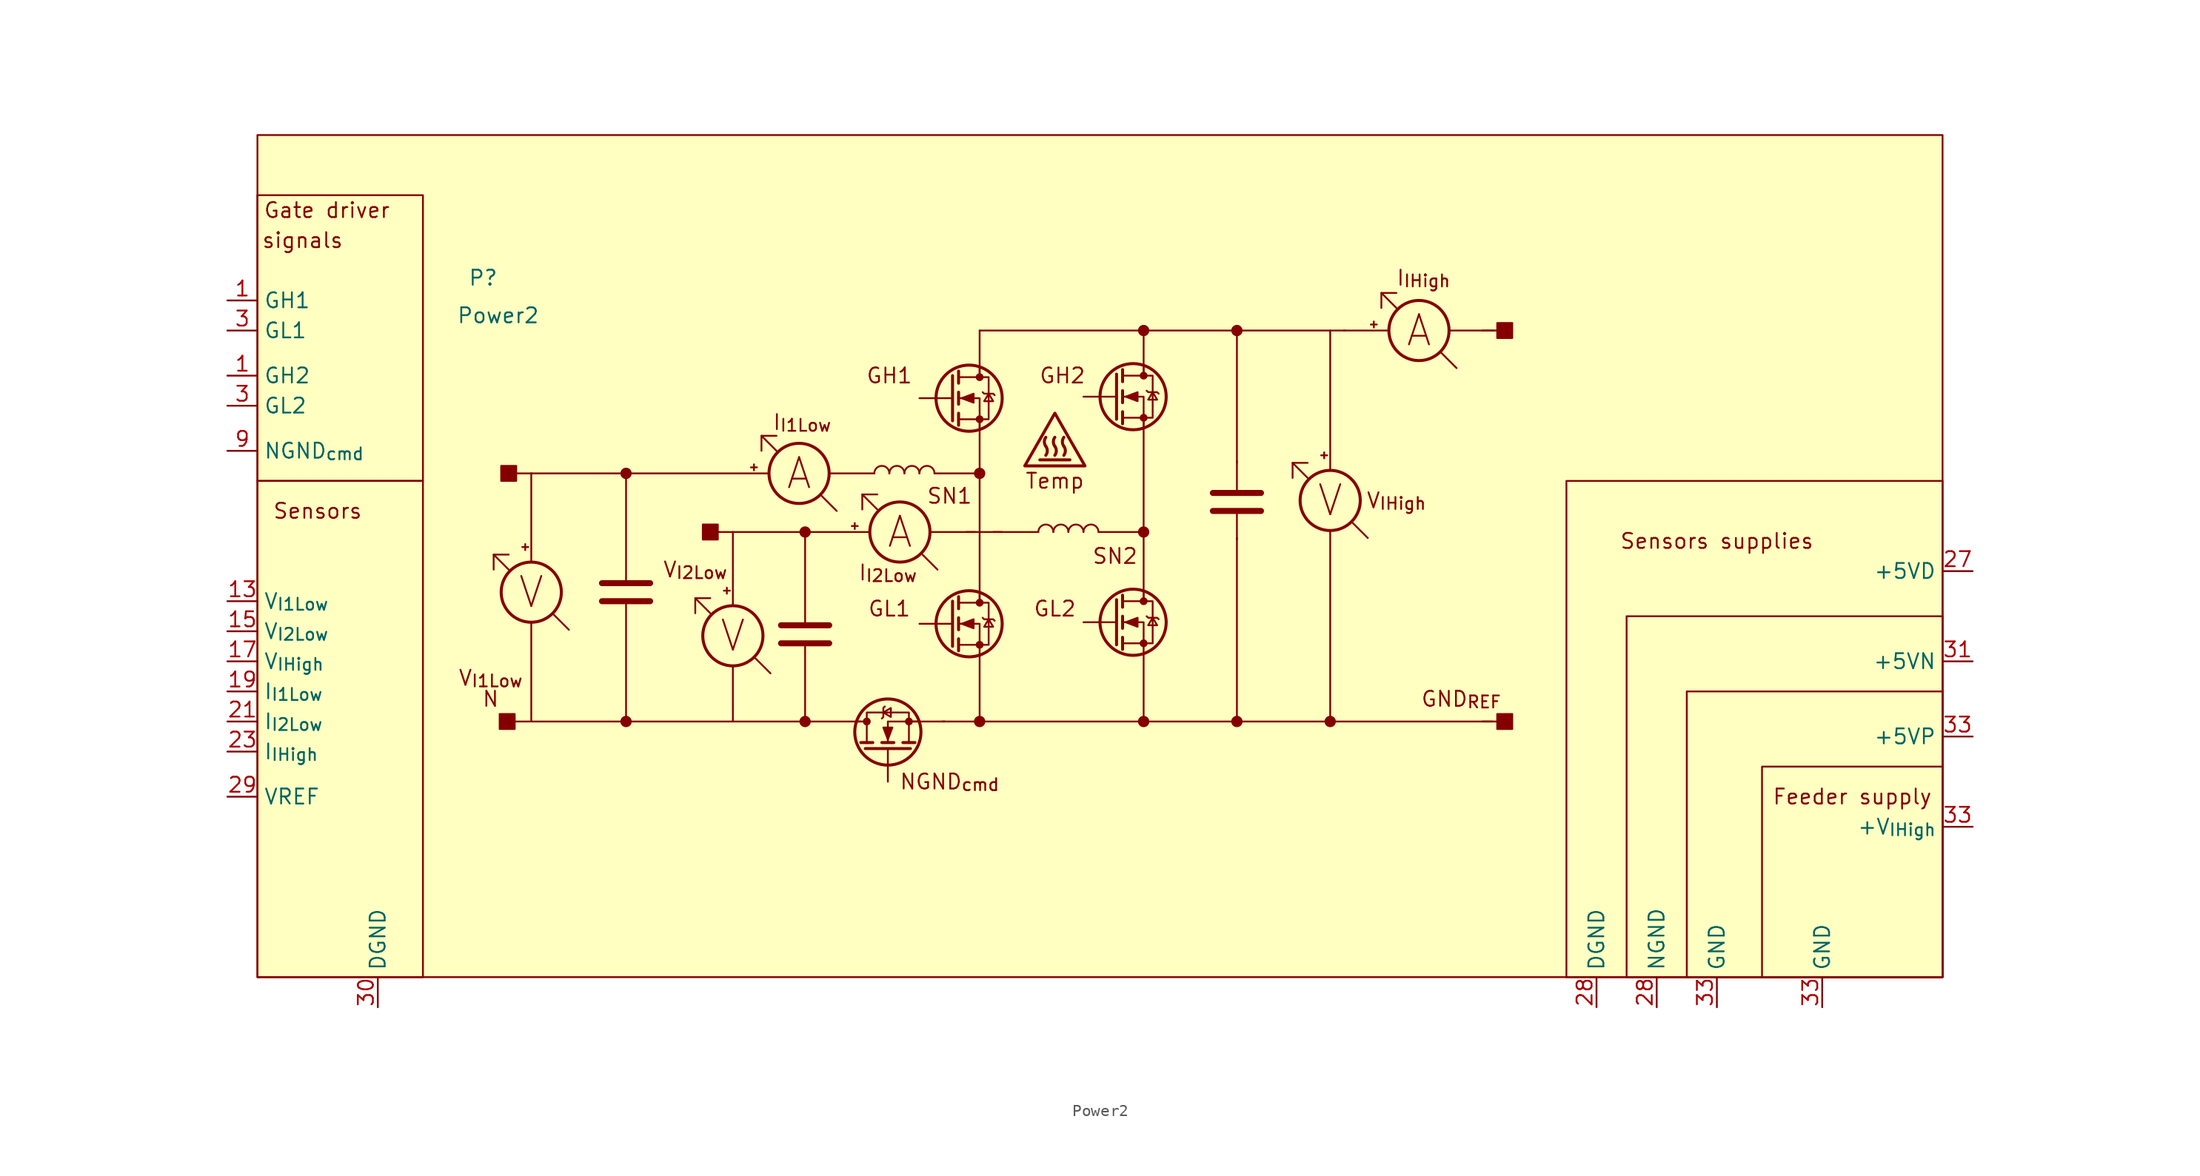
<source format=kicad_sym>
(kicad_symbol_lib
  (version 20211014)
  (generator kicad_symbol_editor)
  (symbol "Power2"
    (property "Reference" "P"
      (at 2.54 10.795 0)
      (effects (font (size 1.27 1.27))))
    (property "Value" "Power2"
      (at 3.81 7.62 0)
      (effects (font (size 1.27 1.27))))
    (symbol "Power2_0_0"
      (rectangle (start -16.51 -6.35) (end -2.54 -48.26) (stroke (width 0) (type default) (color 0 0 0 0)) (fill (type none)))
      (rectangle (start -16.51 17.78) (end -2.54 -6.35) (stroke (width 0) (type default) (color 0 0 0 0)) (fill (type none)))
      (polyline (pts (xy 4.699 -13.843) (xy 3.429 -12.573)) (stroke (width 0) (type default) (color 0 0 0 0)) (fill (type none)))
      (polyline (pts (xy 6.477 -26.67) (xy 5.207 -26.67)) (stroke (width 0) (type default) (color 0 0 0 0)) (fill (type none)))
      (polyline (pts (xy 6.604 -5.715) (xy 5.334 -5.715)) (stroke (width 0) (type default) (color 0 0 0 0)) (fill (type none)))
      (polyline (pts (xy 9.779 -18.923) (xy 8.509 -17.653)) (stroke (width 0) (type default) (color 0 0 0 0)) (fill (type none)))
      (polyline (pts (xy 21.717 -17.526) (xy 20.447 -16.256)) (stroke (width 0) (type default) (color 0 0 0 0)) (fill (type none)))
      (polyline (pts (xy 23.622 -10.668) (xy 22.352 -10.668)) (stroke (width 0) (type default) (color 0 0 0 0)) (fill (type none)))
      (polyline (pts (xy 26.797 -22.606) (xy 25.527 -21.336)) (stroke (width 0) (type default) (color 0 0 0 0)) (fill (type none)))
      (polyline (pts (xy 27.305 -3.81) (xy 26.035 -2.54)) (stroke (width 0) (type default) (color 0 0 0 0)) (fill (type none)))
      (polyline (pts (xy 32.385 -8.89) (xy 31.115 -7.62)) (stroke (width 0) (type default) (color 0 0 0 0)) (fill (type none)))
      (polyline (pts (xy 35.814 -8.763) (xy 34.544 -7.493)) (stroke (width 0) (type default) (color 0 0 0 0)) (fill (type none)))
      (polyline (pts (xy 40.894 -13.843) (xy 39.624 -12.573)) (stroke (width 0) (type default) (color 0 0 0 0)) (fill (type none)))
      (polyline (pts (xy 72.136 -6.096) (xy 70.866 -4.826)) (stroke (width 0) (type default) (color 0 0 0 0)) (fill (type none)))
      (polyline (pts (xy 77.216 -11.176) (xy 75.946 -9.906)) (stroke (width 0) (type default) (color 0 0 0 0)) (fill (type none)))
      (polyline (pts (xy 79.629 8.255) (xy 78.359 9.525)) (stroke (width 0) (type default) (color 0 0 0 0)) (fill (type none)))
      (polyline (pts (xy 84.709 3.175) (xy 83.439 4.445)) (stroke (width 0) (type default) (color 0 0 0 0)) (fill (type none)))
      (polyline (pts (xy 86.868 -26.67) (xy 88.138 -26.67)) (stroke (width 0) (type default) (color 0 0 0 0)) (fill (type none)))
      (polyline (pts (xy 86.868 6.35) (xy 88.138 6.35)) (stroke (width 0) (type default) (color 0 0 0 0)) (fill (type none)))
      (polyline (pts (xy 4.699 -12.573) (xy 3.429 -12.573) (xy 3.429 -13.843)) (stroke (width 0) (type default) (color 0 0 0 0)) (fill (type none)))
      (polyline (pts (xy 21.717 -16.256) (xy 20.447 -16.256) (xy 20.447 -17.526)) (stroke (width 0) (type default) (color 0 0 0 0)) (fill (type none)))
      (polyline (pts (xy 26.035 -3.81) (xy 26.035 -2.54) (xy 27.305 -2.54)) (stroke (width 0) (type default) (color 0 0 0 0)) (fill (type none)))
      (polyline (pts (xy 34.544 -8.763) (xy 34.544 -7.493) (xy 35.814 -7.493)) (stroke (width 0) (type default) (color 0 0 0 0)) (fill (type none)))
      (polyline (pts (xy 72.136 -4.826) (xy 70.866 -4.826) (xy 70.866 -6.096)) (stroke (width 0) (type default) (color 0 0 0 0)) (fill (type none)))
      (polyline (pts (xy 78.359 8.255) (xy 78.359 9.525) (xy 79.629 9.525)) (stroke (width 0) (type default) (color 0 0 0 0)) (fill (type none)))
      (rectangle (start 3.937 -26.035) (end 5.207 -27.305) (stroke (width 0) (type default) (color 0 0 0 0)) (fill (type outline)))
      (rectangle (start 4.064 -5.08) (end 5.334 -6.35) (stroke (width 0) (type default) (color 0 0 0 0)) (fill (type outline)))
      (rectangle (start 21.082 -10.033) (end 22.352 -11.303) (stroke (width 0) (type default) (color 0 0 0 0)) (fill (type outline)))
      (rectangle (start 89.408 -27.305) (end 88.138 -26.035) (stroke (width 0) (type default) (color 0 0 0 0)) (fill (type outline)))
      (rectangle (start 89.408 5.715) (end 88.138 6.985) (stroke (width 0) (type default) (color 0 0 0 0)) (fill (type outline)))
      (rectangle (start 110.49 -30.48) (end 125.73 -48.26) (stroke (width 0) (type default) (color 0 0 0 0)) (fill (type none)))
      (text "A" (at 29.21 -5.715 0) (effects (font (size 2.54 2.54))))
      (text "A" (at 37.719 -10.668 0) (effects (font (size 2.54 2.54))))
      (text "A" (at 81.534 6.35 0) (effects (font (size 2.54 2.54))))
      (text "Feeder supply" (at 118.11 -33.02 0) (effects (font (size 1.27 1.27))))
      (text "Gate driver " (at -10.16 16.51 0) (effects (font (size 1.27 1.27))))
      (text "GH1" (at 36.83 2.54 0) (effects (font (size 1.27 1.27))))
      (text "GH2" (at 51.435 2.54 0) (effects (font (size 1.27 1.27))))
      (text "GL1" (at 36.83 -17.145 0) (effects (font (size 1.27 1.27))))
      (text "GL2" (at 50.8 -17.145 0) (effects (font (size 1.27 1.27))))
      (text "GND_{REF}" (at 85.09 -24.765 0) (effects (font (size 1.27 1.27))))
      (text "I_{I1Low}" (at 29.464 -1.397 0) (effects (font (size 1.27 1.27))))
      (text "I_{I2Low}" (at 36.703 -14.097 0) (effects (font (size 1.27 1.27))))
      (text "I_{IHigh}" (at 81.915 10.795 0) (effects (font (size 1.27 1.27))))
      (text "N" (at 3.175 -24.765 0) (effects (font (size 1.27 1.27))))
      (text "NGND_{cmd}" (at 41.91 -31.75 0) (effects (font (size 1.27 1.27))))
      (text "Sensors" (at -11.43 -8.89 0) (effects (font (size 1.27 1.27))))
      (text "Sensors supplies" (at 106.68 -11.43 0) (effects (font (size 1.27 1.27))))
      (text "signals" (at -12.7 13.97 0) (effects (font (size 1.27 1.27))))
      (text "SN1" (at 41.91 -7.62 0) (effects (font (size 1.27 1.27))))
      (text "SN2" (at 55.88 -12.7 0) (effects (font (size 1.27 1.27))))
      (text "Temp" (at 50.8 -6.35 0) (effects (font (size 1.27 1.27))))
      (text "V" (at 6.604 -15.748 0) (effects (font (size 2.54 2.54))))
      (text "V" (at 23.622 -19.431 0) (effects (font (size 2.54 2.54))))
      (text "V" (at 74.041 -8.001 0) (effects (font (size 2.54 2.54))))
      (text "V_{I1Low}" (at 3.175 -22.987 0) (effects (font (size 1.27 1.27))))
      (text "V_{I2Low}" (at 20.447 -13.843 0) (effects (font (size 1.27 1.27))))
      (text "V_{IHigh}" (at 79.629 -8.001 0) (effects (font (size 1.27 1.27)))))
    (symbol "Power2_0_1"
      (rectangle (start -16.51 22.86) (end 125.73 -48.26) (stroke (width 0) (type default) (color 0 0 0 0)) (fill (type background)))
      (polyline (pts (xy 6.096 -11.684) (xy 6.096 -12.192)) (stroke (width 0) (type default) (color 0 0 0 0)) (fill (type none)))
      (polyline (pts (xy 6.35 -11.938) (xy 5.842 -11.938)) (stroke (width 0) (type default) (color 0 0 0 0)) (fill (type none)))
      (polyline (pts (xy 6.604 -18.288) (xy 6.604 -26.67)) (stroke (width 0) (type default) (color 0 0 0 0)) (fill (type none)))
      (polyline (pts (xy 6.604 -13.208) (xy 6.604 -5.715)) (stroke (width 0) (type default) (color 0 0 0 0)) (fill (type none)))
      (polyline (pts (xy 12.573 -16.51) (xy 16.637 -16.51)) (stroke (width 0.508) (type default) (color 0 0 0 0)) (fill (type none)))
      (polyline (pts (xy 12.573 -14.986) (xy 16.637 -14.986)) (stroke (width 0.508) (type default) (color 0 0 0 0)) (fill (type none)))
      (polyline (pts (xy 14.605 -26.67) (xy 14.605 -16.51)) (stroke (width 0) (type default) (color 0 0 0 0)) (fill (type none)))
      (polyline (pts (xy 14.605 -14.732) (xy 14.605 -5.715)) (stroke (width 0) (type default) (color 0 0 0 0)) (fill (type none)))
      (polyline (pts (xy 23.114 -15.367) (xy 23.114 -15.875)) (stroke (width 0) (type default) (color 0 0 0 0)) (fill (type none)))
      (polyline (pts (xy 23.368 -15.621) (xy 22.86 -15.621)) (stroke (width 0) (type default) (color 0 0 0 0)) (fill (type none)))
      (polyline (pts (xy 23.622 -21.971) (xy 23.622 -26.67)) (stroke (width 0) (type default) (color 0 0 0 0)) (fill (type none)))
      (polyline (pts (xy 23.622 -16.891) (xy 23.622 -10.668)) (stroke (width 0) (type default) (color 0 0 0 0)) (fill (type none)))
      (polyline (pts (xy 25.146 -5.207) (xy 25.654 -5.207)) (stroke (width 0) (type default) (color 0 0 0 0)) (fill (type none)))
      (polyline (pts (xy 25.4 -5.461) (xy 25.4 -4.953)) (stroke (width 0) (type default) (color 0 0 0 0)) (fill (type none)))
      (polyline (pts (xy 26.543 -5.715) (xy 6.604 -5.715)) (stroke (width 0) (type default) (color 0 0 0 0)) (fill (type none)))
      (polyline (pts (xy 27.686 -20.066) (xy 31.75 -20.066)) (stroke (width 0.508) (type default) (color 0 0 0 0)) (fill (type none)))
      (polyline (pts (xy 27.686 -18.542) (xy 31.75 -18.542)) (stroke (width 0.508) (type default) (color 0 0 0 0)) (fill (type none)))
      (polyline (pts (xy 29.718 -26.67) (xy 29.718 -20.066)) (stroke (width 0) (type default) (color 0 0 0 0)) (fill (type none)))
      (polyline (pts (xy 29.718 -18.288) (xy 29.718 -10.668)) (stroke (width 0) (type default) (color 0 0 0 0)) (fill (type none)))
      (polyline (pts (xy 31.75 -5.715) (xy 35.56 -5.715)) (stroke (width 0) (type default) (color 0 0 0 0)) (fill (type none)))
      (polyline (pts (xy 33.655 -10.16) (xy 34.163 -10.16)) (stroke (width 0) (type default) (color 0 0 0 0)) (fill (type none)))
      (polyline (pts (xy 33.909 -10.414) (xy 33.909 -9.906)) (stroke (width 0) (type default) (color 0 0 0 0)) (fill (type none)))
      (polyline (pts (xy 34.163 -26.67) (xy 34.925 -26.67)) (stroke (width 0) (type default) (color 0 0 0 0)) (fill (type none)))
      (polyline (pts (xy 34.417 -28.448) (xy 35.433 -28.448)) (stroke (width 0.254) (type default) (color 0 0 0 0)) (fill (type none)))
      (polyline (pts (xy 34.417 -26.67) (xy 6.604 -26.67)) (stroke (width 0) (type default) (color 0 0 0 0)) (fill (type none)))
      (polyline (pts (xy 34.798 -28.956) (xy 38.608 -28.956)) (stroke (width 0.254) (type default) (color 0 0 0 0)) (fill (type none)))
      (polyline (pts (xy 35.179 -10.668) (xy 23.622 -10.668)) (stroke (width 0) (type default) (color 0 0 0 0)) (fill (type none)))
      (polyline (pts (xy 36.195 -28.448) (xy 37.211 -28.448)) (stroke (width 0.254) (type default) (color 0 0 0 0)) (fill (type none)))
      (polyline (pts (xy 36.703 -28.956) (xy 36.703 -31.75)) (stroke (width 0) (type default) (color 0 0 0 0)) (fill (type none)))
      (polyline (pts (xy 37.973 -28.448) (xy 38.989 -28.448)) (stroke (width 0.254) (type default) (color 0 0 0 0)) (fill (type none)))
      (polyline (pts (xy 40.259 -10.668) (xy 44.069 -10.668)) (stroke (width 0) (type default) (color 0 0 0 0)) (fill (type none)))
      (polyline (pts (xy 40.64 -5.715) (xy 44.45 -5.715)) (stroke (width 0) (type default) (color 0 0 0 0)) (fill (type none)))
      (polyline (pts (xy 41.529 -26.67) (xy 38.735 -26.67)) (stroke (width 0) (type default) (color 0 0 0 0)) (fill (type none)))
      (polyline (pts (xy 42.164 -18.415) (xy 39.37 -18.415)) (stroke (width 0) (type default) (color 0 0 0 0)) (fill (type none)))
      (polyline (pts (xy 42.164 -16.51) (xy 42.164 -20.32)) (stroke (width 0.254) (type default) (color 0 0 0 0)) (fill (type none)))
      (polyline (pts (xy 42.164 0.635) (xy 39.37 0.635)) (stroke (width 0) (type default) (color 0 0 0 0)) (fill (type none)))
      (polyline (pts (xy 42.164 2.54) (xy 42.164 -1.27)) (stroke (width 0.254) (type default) (color 0 0 0 0)) (fill (type none)))
      (polyline (pts (xy 42.672 -19.685) (xy 42.672 -20.701)) (stroke (width 0.254) (type default) (color 0 0 0 0)) (fill (type none)))
      (polyline (pts (xy 42.672 -17.907) (xy 42.672 -18.923)) (stroke (width 0.254) (type default) (color 0 0 0 0)) (fill (type none)))
      (polyline (pts (xy 42.672 -16.129) (xy 42.672 -17.145)) (stroke (width 0.254) (type default) (color 0 0 0 0)) (fill (type none)))
      (polyline (pts (xy 42.672 -0.635) (xy 42.672 -1.651)) (stroke (width 0.254) (type default) (color 0 0 0 0)) (fill (type none)))
      (polyline (pts (xy 42.672 1.143) (xy 42.672 0.127)) (stroke (width 0.254) (type default) (color 0 0 0 0)) (fill (type none)))
      (polyline (pts (xy 42.672 2.921) (xy 42.672 1.905)) (stroke (width 0.254) (type default) (color 0 0 0 0)) (fill (type none)))
      (polyline (pts (xy 43.307 -10.668) (xy 46.355 -10.668)) (stroke (width 0) (type default) (color 0 0 0 0)) (fill (type none)))
      (polyline (pts (xy 44.45 -26.67) (xy 87.757 -26.67)) (stroke (width 0) (type default) (color 0 0 0 0)) (fill (type none)))
      (polyline (pts (xy 44.45 -20.955) (xy 44.45 -26.67)) (stroke (width 0) (type default) (color 0 0 0 0)) (fill (type none)))
      (polyline (pts (xy 44.45 -15.875) (xy 44.45 -16.637)) (stroke (width 0) (type default) (color 0 0 0 0)) (fill (type none)))
      (polyline (pts (xy 44.45 -1.143) (xy 44.45 -16.51)) (stroke (width 0) (type default) (color 0 0 0 0)) (fill (type none)))
      (polyline (pts (xy 44.45 2.54) (xy 44.45 6.35)) (stroke (width 0) (type default) (color 0 0 0 0)) (fill (type none)))
      (polyline (pts (xy 44.45 3.175) (xy 44.45 2.413)) (stroke (width 0) (type default) (color 0 0 0 0)) (fill (type none)))
      (polyline (pts (xy 44.577 -26.67) (xy 41.275 -26.67)) (stroke (width 0) (type default) (color 0 0 0 0)) (fill (type none)))
      (polyline (pts (xy 45.593 -10.668) (xy 49.403 -10.668)) (stroke (width 0) (type default) (color 0 0 0 0)) (fill (type none)))
      (polyline (pts (xy 52.07 -4.572) (xy 49.53 -4.572)) (stroke (width 0.254) (type default) (color 0 0 0 0)) (fill (type none)))
      (polyline (pts (xy 54.483 -10.668) (xy 58.293 -10.668)) (stroke (width 0) (type default) (color 0 0 0 0)) (fill (type none)))
      (polyline (pts (xy 56.007 -18.288) (xy 53.213 -18.288)) (stroke (width 0) (type default) (color 0 0 0 0)) (fill (type none)))
      (polyline (pts (xy 56.007 -16.383) (xy 56.007 -20.193)) (stroke (width 0.254) (type default) (color 0 0 0 0)) (fill (type none)))
      (polyline (pts (xy 56.007 0.762) (xy 53.213 0.762)) (stroke (width 0) (type default) (color 0 0 0 0)) (fill (type none)))
      (polyline (pts (xy 56.007 2.667) (xy 56.007 -1.143)) (stroke (width 0.254) (type default) (color 0 0 0 0)) (fill (type none)))
      (polyline (pts (xy 56.515 -19.558) (xy 56.515 -20.574)) (stroke (width 0.254) (type default) (color 0 0 0 0)) (fill (type none)))
      (polyline (pts (xy 56.515 -17.78) (xy 56.515 -18.796)) (stroke (width 0.254) (type default) (color 0 0 0 0)) (fill (type none)))
      (polyline (pts (xy 56.515 -16.002) (xy 56.515 -17.018)) (stroke (width 0.254) (type default) (color 0 0 0 0)) (fill (type none)))
      (polyline (pts (xy 56.515 -0.508) (xy 56.515 -1.524)) (stroke (width 0.254) (type default) (color 0 0 0 0)) (fill (type none)))
      (polyline (pts (xy 56.515 1.27) (xy 56.515 0.254)) (stroke (width 0.254) (type default) (color 0 0 0 0)) (fill (type none)))
      (polyline (pts (xy 56.515 3.048) (xy 56.515 2.032)) (stroke (width 0.254) (type default) (color 0 0 0 0)) (fill (type none)))
      (polyline (pts (xy 58.293 -20.828) (xy 58.293 -26.67)) (stroke (width 0) (type default) (color 0 0 0 0)) (fill (type none)))
      (polyline (pts (xy 58.293 -15.748) (xy 58.293 -16.51)) (stroke (width 0) (type default) (color 0 0 0 0)) (fill (type none)))
      (polyline (pts (xy 58.293 -1.016) (xy 58.293 -16.383)) (stroke (width 0) (type default) (color 0 0 0 0)) (fill (type none)))
      (polyline (pts (xy 58.293 2.667) (xy 58.293 6.35)) (stroke (width 0) (type default) (color 0 0 0 0)) (fill (type none)))
      (polyline (pts (xy 58.293 3.302) (xy 58.293 2.54)) (stroke (width 0) (type default) (color 0 0 0 0)) (fill (type none)))
      (polyline (pts (xy 64.135 -8.89) (xy 68.199 -8.89)) (stroke (width 0.508) (type default) (color 0 0 0 0)) (fill (type none)))
      (polyline (pts (xy 64.135 -7.366) (xy 68.199 -7.366)) (stroke (width 0.508) (type default) (color 0 0 0 0)) (fill (type none)))
      (polyline (pts (xy 66.167 -11.303) (xy 66.167 -8.89)) (stroke (width 0) (type default) (color 0 0 0 0)) (fill (type none)))
      (polyline (pts (xy 66.167 -11.176) (xy 66.167 -26.67)) (stroke (width 0) (type default) (color 0 0 0 0)) (fill (type none)))
      (polyline (pts (xy 66.167 -7.112) (xy 66.167 -4.699)) (stroke (width 0) (type default) (color 0 0 0 0)) (fill (type none)))
      (polyline (pts (xy 66.167 -4.826) (xy 66.167 6.35)) (stroke (width 0) (type default) (color 0 0 0 0)) (fill (type none)))
      (polyline (pts (xy 73.533 -3.937) (xy 73.533 -4.445)) (stroke (width 0) (type default) (color 0 0 0 0)) (fill (type none)))
      (polyline (pts (xy 73.787 -4.191) (xy 73.279 -4.191)) (stroke (width 0) (type default) (color 0 0 0 0)) (fill (type none)))
      (polyline (pts (xy 74.041 -10.541) (xy 74.041 -26.67)) (stroke (width 0) (type default) (color 0 0 0 0)) (fill (type none)))
      (polyline (pts (xy 74.041 -5.461) (xy 74.041 6.35)) (stroke (width 0) (type default) (color 0 0 0 0)) (fill (type none)))
      (polyline (pts (xy 75.311 6.35) (xy 44.45 6.35)) (stroke (width 0) (type default) (color 0 0 0 0)) (fill (type none)))
      (polyline (pts (xy 77.47 6.858) (xy 77.978 6.858)) (stroke (width 0) (type default) (color 0 0 0 0)) (fill (type none)))
      (polyline (pts (xy 77.724 6.604) (xy 77.724 7.112)) (stroke (width 0) (type default) (color 0 0 0 0)) (fill (type none)))
      (polyline (pts (xy 78.994 6.35) (xy 75.184 6.35)) (stroke (width 0) (type default) (color 0 0 0 0)) (fill (type none)))
      (polyline (pts (xy 84.074 6.35) (xy 87.884 6.35)) (stroke (width 0) (type default) (color 0 0 0 0)) (fill (type none)))
      (polyline (pts (xy 39.243 -26.67) (xy 36.703 -26.67) (xy 36.703 -28.448)) (stroke (width 0) (type default) (color 0 0 0 0)) (fill (type none)))
      (polyline (pts (xy 44.45 -20.955) (xy 44.45 -18.415) (xy 42.672 -18.415)) (stroke (width 0) (type default) (color 0 0 0 0)) (fill (type none)))
      (polyline (pts (xy 44.45 -1.905) (xy 44.45 0.635) (xy 42.672 0.635)) (stroke (width 0) (type default) (color 0 0 0 0)) (fill (type none)))
      (polyline (pts (xy 58.293 -20.828) (xy 58.293 -18.288) (xy 56.515 -18.288)) (stroke (width 0) (type default) (color 0 0 0 0)) (fill (type none)))
      (polyline (pts (xy 58.293 -1.778) (xy 58.293 0.762) (xy 56.515 0.762)) (stroke (width 0) (type default) (color 0 0 0 0)) (fill (type none)))
      (polyline (pts (xy 36.195 -26.416) (xy 36.322 -26.289) (xy 36.322 -25.527) (xy 36.449 -25.4)) (stroke (width 0) (type default) (color 0 0 0 0)) (fill (type none)))
      (polyline (pts (xy 36.322 -25.908) (xy 36.957 -26.289) (xy 36.957 -25.527) (xy 36.322 -25.908)) (stroke (width 0) (type default) (color 0 0 0 0)) (fill (type none)))
      (polyline (pts (xy 36.703 -28.194) (xy 36.322 -27.178) (xy 37.084 -27.178) (xy 36.703 -28.194)) (stroke (width 0) (type default) (color 0 0 0 0)) (fill (type outline)))
      (polyline (pts (xy 38.481 -28.448) (xy 38.481 -25.908) (xy 34.925 -25.908) (xy 34.925 -28.448)) (stroke (width 0) (type default) (color 0 0 0 0)) (fill (type none)))
      (polyline (pts (xy 42.672 -20.193) (xy 45.212 -20.193) (xy 45.212 -16.637) (xy 42.672 -16.637)) (stroke (width 0) (type default) (color 0 0 0 0)) (fill (type none)))
      (polyline (pts (xy 42.672 -1.143) (xy 45.212 -1.143) (xy 45.212 2.413) (xy 42.672 2.413)) (stroke (width 0) (type default) (color 0 0 0 0)) (fill (type none)))
      (polyline (pts (xy 42.926 -18.415) (xy 43.942 -18.034) (xy 43.942 -18.796) (xy 42.926 -18.415)) (stroke (width 0) (type default) (color 0 0 0 0)) (fill (type outline)))
      (polyline (pts (xy 42.926 0.635) (xy 43.942 1.016) (xy 43.942 0.254) (xy 42.926 0.635)) (stroke (width 0) (type default) (color 0 0 0 0)) (fill (type outline)))
      (polyline (pts (xy 44.704 -17.907) (xy 44.831 -18.034) (xy 45.593 -18.034) (xy 45.72 -18.161)) (stroke (width 0) (type default) (color 0 0 0 0)) (fill (type none)))
      (polyline (pts (xy 44.704 1.143) (xy 44.831 1.016) (xy 45.593 1.016) (xy 45.72 0.889)) (stroke (width 0) (type default) (color 0 0 0 0)) (fill (type none)))
      (polyline (pts (xy 45.212 -18.034) (xy 44.831 -18.669) (xy 45.593 -18.669) (xy 45.212 -18.034)) (stroke (width 0) (type default) (color 0 0 0 0)) (fill (type none)))
      (polyline (pts (xy 45.212 1.016) (xy 44.831 0.381) (xy 45.593 0.381) (xy 45.212 1.016)) (stroke (width 0) (type default) (color 0 0 0 0)) (fill (type none)))
      (polyline (pts (xy 48.26 -5.08) (xy 53.34 -5.08) (xy 50.8 -0.635) (xy 48.26 -5.08)) (stroke (width 0.254) (type default) (color 0 0 0 0)) (fill (type none)))
      (polyline (pts (xy 56.515 -20.066) (xy 59.055 -20.066) (xy 59.055 -16.51) (xy 56.515 -16.51)) (stroke (width 0) (type default) (color 0 0 0 0)) (fill (type none)))
      (polyline (pts (xy 56.515 -1.016) (xy 59.055 -1.016) (xy 59.055 2.54) (xy 56.515 2.54)) (stroke (width 0) (type default) (color 0 0 0 0)) (fill (type none)))
      (polyline (pts (xy 56.769 -18.288) (xy 57.785 -17.907) (xy 57.785 -18.669) (xy 56.769 -18.288)) (stroke (width 0) (type default) (color 0 0 0 0)) (fill (type outline)))
      (polyline (pts (xy 56.769 0.762) (xy 57.785 1.143) (xy 57.785 0.381) (xy 56.769 0.762)) (stroke (width 0) (type default) (color 0 0 0 0)) (fill (type outline)))
      (polyline (pts (xy 58.547 -17.78) (xy 58.674 -17.907) (xy 59.436 -17.907) (xy 59.563 -18.034)) (stroke (width 0) (type default) (color 0 0 0 0)) (fill (type none)))
      (polyline (pts (xy 58.547 1.27) (xy 58.674 1.143) (xy 59.436 1.143) (xy 59.563 1.016)) (stroke (width 0) (type default) (color 0 0 0 0)) (fill (type none)))
      (polyline (pts (xy 59.055 -17.907) (xy 58.674 -18.542) (xy 59.436 -18.542) (xy 59.055 -17.907)) (stroke (width 0) (type default) (color 0 0 0 0)) (fill (type none)))
      (polyline (pts (xy 59.055 1.143) (xy 58.674 0.508) (xy 59.436 0.508) (xy 59.055 1.143)) (stroke (width 0) (type default) (color 0 0 0 0)) (fill (type none)))
      (circle (center 6.604 -15.748) (radius 2.54) (stroke (width 0.254) (type default) (color 0 0 0 0)) (fill (type none)))
      (circle (center 14.605 -26.67) (radius 0.402) (stroke (width 0) (type default) (color 0 0 0 0)) (fill (type outline)))
      (circle (center 14.605 -5.715) (radius 0.402) (stroke (width 0) (type default) (color 0 0 0 0)) (fill (type outline)))
      (circle (center 23.622 -19.431) (radius 2.54) (stroke (width 0.254) (type default) (color 0 0 0 0)) (fill (type none)))
      (circle (center 29.21 -5.715) (radius 2.54) (stroke (width 0.254) (type default) (color 0 0 0 0)) (fill (type none)))
      (circle (center 29.718 -26.67) (radius 0.402) (stroke (width 0) (type default) (color 0 0 0 0)) (fill (type outline)))
      (circle (center 29.718 -10.668) (radius 0.402) (stroke (width 0) (type default) (color 0 0 0 0)) (fill (type outline)))
      (circle (center 34.925 -26.67) (radius 0.254) (stroke (width 0) (type default) (color 0 0 0 0)) (fill (type outline)))
      (circle (center 36.703 -27.559) (radius 2.794) (stroke (width 0.254) (type default) (color 0 0 0 0)) (fill (type none)))
      (arc (start 36.83 -5.715) (mid 36.195 -5.08) (end 35.56 -5.715) (stroke (width 0) (type default) (color 0 0 0 0)) (fill (type none)))
      (circle (center 37.719 -10.668) (radius 2.54) (stroke (width 0.254) (type default) (color 0 0 0 0)) (fill (type none)))
      (arc (start 38.1 -5.715) (mid 37.465 -5.08) (end 36.83 -5.715) (stroke (width 0) (type default) (color 0 0 0 0)) (fill (type none)))
      (circle (center 38.481 -26.67) (radius 0.254) (stroke (width 0) (type default) (color 0 0 0 0)) (fill (type outline)))
      (arc (start 39.37 -5.715) (mid 38.735 -5.08) (end 38.1 -5.715) (stroke (width 0) (type default) (color 0 0 0 0)) (fill (type none)))
      (arc (start 40.64 -5.715) (mid 40.005 -5.08) (end 39.37 -5.715) (stroke (width 0) (type default) (color 0 0 0 0)) (fill (type none)))
      (circle (center 43.561 -18.415) (radius 2.794) (stroke (width 0.254) (type default) (color 0 0 0 0)) (fill (type none)))
      (circle (center 43.561 0.635) (radius 2.794) (stroke (width 0.254) (type default) (color 0 0 0 0)) (fill (type none)))
      (circle (center 44.45 -26.67) (radius 0.402) (stroke (width 0) (type default) (color 0 0 0 0)) (fill (type outline)))
      (circle (center 44.45 -20.193) (radius 0.254) (stroke (width 0) (type default) (color 0 0 0 0)) (fill (type outline)))
      (circle (center 44.45 -16.637) (radius 0.254) (stroke (width 0) (type default) (color 0 0 0 0)) (fill (type outline)))
      (circle (center 44.45 -5.715) (radius 0.402) (stroke (width 0) (type default) (color 0 0 0 0)) (fill (type outline)))
      (circle (center 44.45 -1.143) (radius 0.254) (stroke (width 0) (type default) (color 0 0 0 0)) (fill (type outline)))
      (circle (center 44.45 2.413) (radius 0.254) (stroke (width 0) (type default) (color 0 0 0 0)) (fill (type outline)))
      (arc (start 50.038 -4.191) (mid 50.165 -3.81) (end 50.038 -3.429) (stroke (width 0.254) (type default) (color 0 0 0 0)) (fill (type none)))
      (arc (start 50.038 -2.667) (mid 49.911 -3.048) (end 50.038 -3.429) (stroke (width 0.254) (type default) (color 0 0 0 0)) (fill (type none)))
      (arc (start 50.673 -10.668) (mid 50.038 -10.033) (end 49.403 -10.668) (stroke (width 0) (type default) (color 0 0 0 0)) (fill (type none)))
      (arc (start 50.8 -4.191) (mid 50.927 -3.81) (end 50.8 -3.429) (stroke (width 0.254) (type default) (color 0 0 0 0)) (fill (type none)))
      (arc (start 50.8 -2.667) (mid 50.673 -3.048) (end 50.8 -3.429) (stroke (width 0.254) (type default) (color 0 0 0 0)) (fill (type none)))
      (arc (start 51.562 -4.191) (mid 51.689 -3.81) (end 51.562 -3.429) (stroke (width 0.254) (type default) (color 0 0 0 0)) (fill (type none)))
      (arc (start 51.562 -2.667) (mid 51.435 -3.048) (end 51.562 -3.429) (stroke (width 0.254) (type default) (color 0 0 0 0)) (fill (type none)))
      (arc (start 51.943 -10.668) (mid 51.308 -10.033) (end 50.673 -10.668) (stroke (width 0) (type default) (color 0 0 0 0)) (fill (type none)))
      (arc (start 53.213 -10.668) (mid 52.578 -10.033) (end 51.943 -10.668) (stroke (width 0) (type default) (color 0 0 0 0)) (fill (type none)))
      (arc (start 54.483 -10.668) (mid 53.848 -10.033) (end 53.213 -10.668) (stroke (width 0) (type default) (color 0 0 0 0)) (fill (type none)))
      (circle (center 57.404 -18.288) (radius 2.794) (stroke (width 0.254) (type default) (color 0 0 0 0)) (fill (type none)))
      (circle (center 57.404 0.762) (radius 2.794) (stroke (width 0.254) (type default) (color 0 0 0 0)) (fill (type none)))
      (circle (center 58.293 -26.67) (radius 0.402) (stroke (width 0) (type default) (color 0 0 0 0)) (fill (type outline)))
      (circle (center 58.293 -20.066) (radius 0.254) (stroke (width 0) (type default) (color 0 0 0 0)) (fill (type outline)))
      (circle (center 58.293 -16.51) (radius 0.254) (stroke (width 0) (type default) (color 0 0 0 0)) (fill (type outline)))
      (circle (center 58.293 -10.668) (radius 0.402) (stroke (width 0) (type default) (color 0 0 0 0)) (fill (type outline)))
      (circle (center 58.293 -1.016) (radius 0.254) (stroke (width 0) (type default) (color 0 0 0 0)) (fill (type outline)))
      (circle (center 58.293 2.54) (radius 0.254) (stroke (width 0) (type default) (color 0 0 0 0)) (fill (type outline)))
      (circle (center 58.293 6.35) (radius 0.402) (stroke (width 0) (type default) (color 0 0 0 0)) (fill (type outline)))
      (circle (center 66.167 -26.67) (radius 0.402) (stroke (width 0) (type default) (color 0 0 0 0)) (fill (type outline)))
      (circle (center 66.167 6.35) (radius 0.402) (stroke (width 0) (type default) (color 0 0 0 0)) (fill (type outline)))
      (circle (center 74.041 -26.67) (radius 0.402) (stroke (width 0) (type default) (color 0 0 0 0)) (fill (type outline)))
      (circle (center 74.041 -8.001) (radius 2.54) (stroke (width 0.254) (type default) (color 0 0 0 0)) (fill (type none)))
      (circle (center 81.534 6.35) (radius 2.54) (stroke (width 0.254) (type default) (color 0 0 0 0)) (fill (type none)))
      (rectangle (start 93.98 -6.35) (end 125.73 -48.26) (stroke (width 0) (type default) (color 0 0 0 0)) (fill (type none)))
      (rectangle (start 125.73 -48.26) (end 99.06 -17.78) (stroke (width 0) (type default) (color 0 0 0 0)) (fill (type none)))
      (rectangle (start 125.73 -48.26) (end 104.14 -24.13) (stroke (width 0) (type default) (color 0 0 0 0)) (fill (type none))))
    (symbol "Power2_1_1"
      (pin input line (at -19.05 8.89 0) (length 2.54) (name "GH1" (effects (font (size 1.27 1.27)))) (number "1" (effects (font (size 1.27 1.27)))))
      (pin input line (at -19.05 2.54 0) (length 2.54) (name "GH2" (effects (font (size 1.27 1.27)))) (number "1" (effects (font (size 1.27 1.27)))))
      (pin output line (at -19.05 -16.51 0) (length 2.54) (name "V_{I1Low}" (effects (font (size 1.27 1.27)))) (number "13" (effects (font (size 1.27 1.27)))))
      (pin output line (at -19.05 -19.05 0) (length 2.54) (name "V_{I2Low}" (effects (font (size 1.27 1.27)))) (number "15" (effects (font (size 1.27 1.27)))))
      (pin output line (at -19.05 -21.59 0) (length 2.54) (name "V_{IHigh}" (effects (font (size 1.27 1.27)))) (number "17" (effects (font (size 1.27 1.27)))))
      (pin output line (at -19.05 -24.13 0) (length 2.54) (name "I_{I1Low}" (effects (font (size 1.27 1.27)))) (number "19" (effects (font (size 1.27 1.27)))))
      (pin output line (at -19.05 -26.67 0) (length 2.54) (name "I_{I2Low}" (effects (font (size 1.27 1.27)))) (number "21" (effects (font (size 1.27 1.27)))))
      (pin output line (at -19.05 -29.21 0) (length 2.54) (name "I_{IHigh}" (effects (font (size 1.27 1.27)))) (number "23" (effects (font (size 1.27 1.27)))))
      (pin power_in line (at 128.27 -13.97 180) (length 2.54) (name "+5VD" (effects (font (size 1.27 1.27)))) (number "27" (effects (font (size 1.27 1.27)))))
      (pin power_in line (at 96.52 -50.8 90) (length 2.54) (name "DGND" (effects (font (size 1.27 1.27)))) (number "28" (effects (font (size 1.27 1.27)))))
      (pin power_in line (at 101.6 -50.8 90) (length 2.54) (name "NGND" (effects (font (size 1.27 1.27)))) (number "28" (effects (font (size 1.27 1.27)))))
      (pin input line (at -19.05 -33.02 0) (length 2.54) (name "VREF" (effects (font (size 1.27 1.27)))) (number "29" (effects (font (size 1.27 1.27)))))
      (pin input line (at -19.05 6.35 0) (length 2.54) (name "GL1" (effects (font (size 1.27 1.27)))) (number "3" (effects (font (size 1.27 1.27)))))
      (pin input line (at -19.05 0 0) (length 2.54) (name "GL2" (effects (font (size 1.27 1.27)))) (number "3" (effects (font (size 1.27 1.27)))))
      (pin bidirectional line (at -6.35 -50.8 90) (length 2.54) (name "DGND" (effects (font (size 1.27 1.27)))) (number "30" (effects (font (size 1.27 1.27)))))
      (pin power_in line (at 128.27 -21.59 180) (length 2.54) (name "+5VN" (effects (font (size 1.27 1.27)))) (number "31" (effects (font (size 1.27 1.27)))))
      (pin power_in line (at 128.27 -27.94 180) (length 2.54) (name "+5VP" (effects (font (size 1.27 1.27)))) (number "33" (effects (font (size 1.27 1.27)))))
      (pin power_out line (at 128.27 -35.56 180) (length 2.54) (name "+V_{IHigh}" (effects (font (size 1.27 1.27)))) (number "33" (effects (font (size 1.27 1.27)))))
      (pin power_in line (at 106.68 -50.8 90) (length 2.54) (name "GND" (effects (font (size 1.27 1.27)))) (number "33" (effects (font (size 1.27 1.27)))))
      (pin power_out line (at 115.57 -50.8 90) (length 2.54) (name "GND" (effects (font (size 1.27 1.27)))) (number "33" (effects (font (size 1.27 1.27)))))
      (pin input line (at -19.05 -3.81 0) (length 2.54) (name "NGND_{cmd}" (effects (font (size 1.27 1.27)))) (number "9" (effects (font (size 1.27 1.27))))))))
</source>
